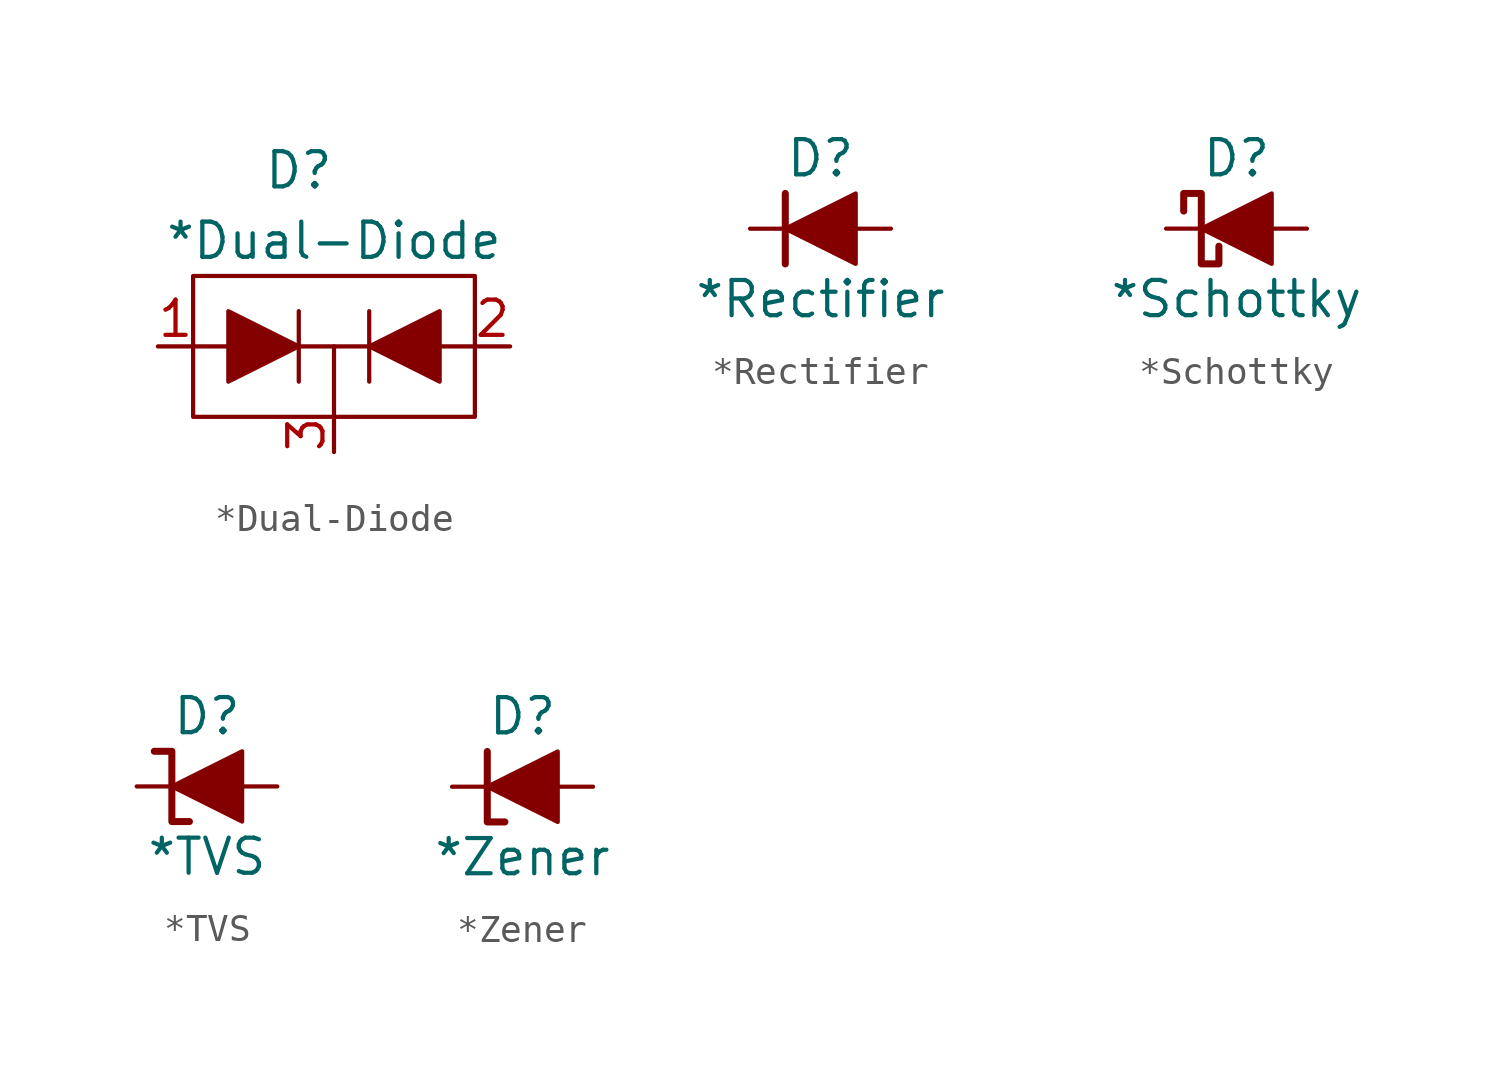
<source format=kicad_sym>
(kicad_symbol_lib
  (version 20211014)
  (generator kicad_symbol_editor)
  (symbol "*Dual-Diode"
    (pin_names
      (offset 1.016))
    (property "Reference" "D"
      (at 5.08 6.35 0)
      (effects (font (size 1.27 1.27))))
    (property "Value" "*Dual-Diode"
      (at 6.35 3.81 0)
      (effects (font (size 1.27 1.27))))
    (symbol "*Dual-Diode_0_1"
      (polyline (pts (xy 2.54 0) (xy 1.27 0)) (stroke (width 0) (type default) (color 0 0 0 0)) (fill (type none)))
      (polyline (pts (xy 5.08 0) (xy 7.62 0)) (stroke (width 0) (type default) (color 0 0 0 0)) (fill (type none)))
      (polyline (pts (xy 5.08 1.27) (xy 5.08 -1.27)) (stroke (width 0) (type default) (color 0 0 0 0)) (fill (type none)))
      (polyline (pts (xy 6.35 0) (xy 6.35 -2.54)) (stroke (width 0) (type default) (color 0 0 0 0)) (fill (type none)))
      (polyline (pts (xy 7.62 1.27) (xy 7.62 -1.27)) (stroke (width 0) (type default) (color 0 0 0 0)) (fill (type none)))
      (polyline (pts (xy 10.16 0) (xy 11.43 0)) (stroke (width 0) (type default) (color 0 0 0 0)) (fill (type none)))
      (polyline (pts (xy 2.54 1.27) (xy 5.08 0) (xy 2.54 -1.27) (xy 2.54 1.27)) (stroke (width 0) (type default) (color 0 0 0 0)) (fill (type outline)))
      (polyline (pts (xy 7.62 0) (xy 10.16 1.27) (xy 10.16 -1.27) (xy 7.62 0)) (stroke (width 0) (type default) (color 0 0 0 0)) (fill (type outline)))
      (rectangle (start 1.27 2.54) (end 11.43 -2.54) (stroke (width 0) (type default) (color 0 0 0 0)) (fill (type none))))
    (symbol "*Dual-Diode_1_1"
      (pin input line (at 0 0 0) (length 1.27) (name "~" (effects (font (size 1.27 1.27)))) (number "1" (effects (font (size 1.27 1.27)))))
      (pin input line (at 12.7 0 180) (length 1.27) (name "~" (effects (font (size 1.27 1.27)))) (number "2" (effects (font (size 1.27 1.27)))))
      (pin output line (at 6.35 -3.81 90) (length 1.27) (name "~" (effects (font (size 1.27 1.27)))) (number "3" (effects (font (size 1.27 1.27)))))))
  (symbol "*Rectifier"
    (pin_numbers hide)
    (pin_names
      (offset 0) hide)
    (property "Reference" "D"
      (at 2.54 2.54 0)
      (effects (font (size 1.27 1.27))))
    (property "Value" "*Rectifier"
      (at 2.54 -2.54 0)
      (effects (font (size 1.27 1.27))))
    (symbol "*Rectifier_0_1"
      (polyline (pts (xy 1.27 1.27) (xy 1.27 -1.27)) (stroke (width 0.254) (type default) (color 0 0 0 0)) (fill (type none)))
      (polyline (pts (xy 1.27 0) (xy 3.81 1.27) (xy 3.81 -1.27) (xy 1.27 0)) (stroke (width 0.152) (type default) (color 0 0 0 0)) (fill (type outline))))
    (symbol "*Rectifier_1_1"
      (pin passive line (at 0 0 0) (length 1.27) (name "K" (effects (font (size 1.27 1.27)))) (number "1" (effects (font (size 1.27 1.27)))))
      (pin passive line (at 5.08 0 180) (length 1.27) (name "A" (effects (font (size 1.27 1.27)))) (number "2" (effects (font (size 1.27 1.27)))))))
  (symbol "*Schottky"
    (pin_numbers hide)
    (pin_names
      (offset 0) hide)
    (property "Reference" "D"
      (at 2.54 2.54 0)
      (effects (font (size 1.27 1.27))))
    (property "Value" "*Schottky"
      (at 2.54 -2.54 0)
      (effects (font (size 1.27 1.27))))
    (symbol "*Schottky_0_1"
      (polyline (pts (xy 1.27 0) (xy 3.81 1.27) (xy 3.81 -1.27) (xy 1.27 0)) (stroke (width 0.152) (type default) (color 0 0 0 0)) (fill (type outline)))
      (polyline (pts (xy 0.635 0.635) (xy 0.635 1.27) (xy 1.27 1.27) (xy 1.27 -1.27) (xy 1.905 -1.27) (xy 1.905 -0.635)) (stroke (width 0.254) (type default) (color 0 0 0 0)) (fill (type none))))
    (symbol "*Schottky_1_1"
      (pin passive line (at 0 0 0) (length 1.27) (name "K" (effects (font (size 1.27 1.27)))) (number "1" (effects (font (size 1.27 1.27)))))
      (pin passive line (at 5.08 0 180) (length 1.27) (name "A" (effects (font (size 1.27 1.27)))) (number "2" (effects (font (size 1.27 1.27)))))))
  (symbol "*TVS"
    (pin_numbers hide)
    (pin_names
      (offset 0) hide)
    (property "Reference" "D"
      (at 2.54 2.54 0)
      (effects (font (size 1.27 1.27))))
    (property "Value" "*TVS"
      (at 2.54 -2.54 0)
      (effects (font (size 1.27 1.27))))
    (symbol "*TVS_0_1"
      (polyline (pts (xy 0.635 1.27) (xy 1.27 1.27) (xy 1.27 -1.27) (xy 1.905 -1.27)) (stroke (width 0.254) (type default) (color 0 0 0 0)) (fill (type none)))
      (polyline (pts (xy 1.27 0) (xy 3.81 1.27) (xy 3.81 -1.27) (xy 1.27 0)) (stroke (width 0.152) (type default) (color 0 0 0 0)) (fill (type outline))))
    (symbol "*TVS_1_1"
      (pin passive line (at 0 0 0) (length 1.27) (name "K" (effects (font (size 1.27 1.27)))) (number "1" (effects (font (size 1.27 1.27)))))
      (pin passive line (at 5.08 0 180) (length 1.27) (name "A" (effects (font (size 1.27 1.27)))) (number "2" (effects (font (size 1.27 1.27)))))))
  (symbol "*Zener"
    (pin_numbers hide)
    (pin_names
      (offset 0) hide)
    (property "Reference" "D"
      (at 2.54 2.54 0)
      (effects (font (size 1.27 1.27))))
    (property "Value" "*Zener"
      (at 2.54 -2.54 0)
      (effects (font (size 1.27 1.27))))
    (symbol "*Zener_0_1"
      (polyline (pts (xy 1.27 1.27) (xy 1.27 -1.27) (xy 1.905 -1.27)) (stroke (width 0.254) (type default) (color 0 0 0 0)) (fill (type none)))
      (polyline (pts (xy 1.27 0) (xy 3.81 1.27) (xy 3.81 -1.27) (xy 1.27 0)) (stroke (width 0.152) (type default) (color 0 0 0 0)) (fill (type outline))))
    (symbol "*Zener_1_1"
      (pin passive line (at 0 0 0) (length 1.27) (name "K" (effects (font (size 1.27 1.27)))) (number "1" (effects (font (size 1.27 1.27)))))
      (pin passive line (at 5.08 0 180) (length 1.27) (name "A" (effects (font (size 1.27 1.27)))) (number "2" (effects (font (size 1.27 1.27))))))))
</source>
